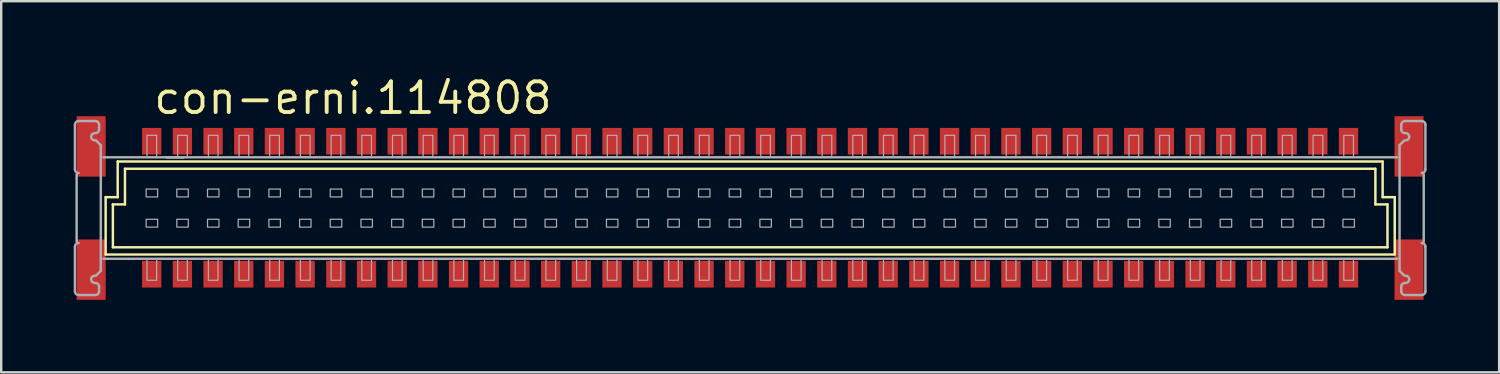
<source format=kicad_pcb>
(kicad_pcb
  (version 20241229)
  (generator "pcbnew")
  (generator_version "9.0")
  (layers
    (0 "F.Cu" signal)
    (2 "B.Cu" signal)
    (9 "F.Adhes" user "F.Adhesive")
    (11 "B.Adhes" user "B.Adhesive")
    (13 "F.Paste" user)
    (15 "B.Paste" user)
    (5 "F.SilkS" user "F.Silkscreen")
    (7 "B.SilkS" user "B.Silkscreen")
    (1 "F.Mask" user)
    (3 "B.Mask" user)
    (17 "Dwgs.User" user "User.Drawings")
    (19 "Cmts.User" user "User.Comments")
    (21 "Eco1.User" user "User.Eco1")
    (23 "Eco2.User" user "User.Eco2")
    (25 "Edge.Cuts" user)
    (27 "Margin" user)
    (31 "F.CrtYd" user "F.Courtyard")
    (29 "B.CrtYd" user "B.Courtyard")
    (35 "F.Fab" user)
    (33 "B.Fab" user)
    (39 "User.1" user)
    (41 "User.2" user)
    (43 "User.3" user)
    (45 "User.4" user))
  (footprint "con-erni.114808"
    (layer "F.Cu")
    (at 27.993 5.56)
    (property "Reference" "con-erni.114808" (at -24.765 -3.81 0) (layer "F.SilkS") (effects (font (size 1.27 1.27) (thickness 0.16)) (justify left bottom)))
    (attr smd)
    (fp_line (start -26.671 1.924) (end -26.671 -0.451) (stroke (width 0.102) (type default)) (layer "F.SilkS"))
    (fp_line (start -26.371 -0.151) (end -26.372 -0.151) (stroke (width 0.102) (type default)) (layer "F.SilkS"))
    (fp_line (start -26.371 1.624) (end -26.371 -0.151) (stroke (width 0.102) (type default)) (layer "F.SilkS"))
    (fp_line (start -26.371 1.624) (end 26.377 1.624) (stroke (width 0.102) (type default)) (layer "F.SilkS"))
    (fp_line (start -26.172 -1.926) (end -26.172 -0.451) (stroke (width 0.102) (type default)) (layer "F.SilkS"))
    (fp_line (start -26.172 -0.451) (end -26.671 -0.451) (stroke (width 0.102) (type default)) (layer "F.SilkS"))
    (fp_line (start -25.872 -0.151) (end -26.371 -0.151) (stroke (width 0.102) (type default)) (layer "F.SilkS"))
    (fp_line (start -25.871 -0.151) (end -25.871 -1.626) (stroke (width 0.102) (type default)) (layer "F.SilkS"))
    (fp_line (start -24.142 -2.101) (end -23.442 -2.101) (stroke (width 0.102) (type default)) (layer "F.SilkS"))
    (fp_line (start 25.868 -1.626) (end -25.871 -1.626) (stroke (width 0.102) (type default)) (layer "F.SilkS"))
    (fp_line (start 25.878 -0.151) (end 25.878 -1.626) (stroke (width 0.102) (type default)) (layer "F.SilkS"))
    (fp_line (start 26.177 -0.451) (end 26.177 -1.926) (stroke (width 0.102) (type default)) (layer "F.SilkS"))
    (fp_line (start 26.177 -0.451) (end 26.677 -0.451) (stroke (width 0.102) (type default)) (layer "F.SilkS"))
    (fp_line (start 26.178 -1.926) (end -26.172 -1.926) (stroke (width 0.102) (type default)) (layer "F.SilkS"))
    (fp_line (start 26.378 -0.151) (end 25.878 -0.151) (stroke (width 0.102) (type default)) (layer "F.SilkS"))
    (fp_line (start 26.378 1.624) (end 26.378 -0.151) (stroke (width 0.102) (type default)) (layer "F.SilkS"))
    (fp_line (start 26.658 1.924) (end -26.671 1.924) (stroke (width 0.102) (type default)) (layer "F.SilkS"))
    (fp_line (start 26.678 1.924) (end 26.678 -0.451) (stroke (width 0.102) (type default)) (layer "F.SilkS"))
    (fp_circle (center -26.971 -0.008) (end -26.172 -0.008) (stroke (width 0.001) (type default)) (fill no) (layer "F.SilkS"))
    (fp_circle (center 26.971 0.008) (end 27.771 0.008) (stroke (width 0.001) (type default)) (fill no) (layer "F.SilkS"))
    (fp_line (start -27.942 -1.601) (end -27.942 -3.451) (stroke (width 0.102) (type default)) (layer "F.Fab"))
    (fp_line (start -27.942 3.449) (end -27.942 1.599) (stroke (width 0.102) (type default)) (layer "F.Fab"))
    (fp_line (start -27.872 -1.401) (end -27.872 1.399) (stroke (width 0.102) (type default)) (layer "F.Fab"))
    (fp_line (start -27.792 -3.601) (end -27.092 -3.601) (stroke (width 0.102) (type default)) (layer "F.Fab"))
    (fp_line (start -27.092 3.599) (end -27.792 3.599) (stroke (width 0.102) (type default)) (layer "F.Fab"))
    (fp_line (start -27.072 -2.801) (end -26.872 -2.601) (stroke (width 0.102) (type default)) (layer "F.Fab"))
    (fp_line (start -26.942 -3.451) (end -26.942 -3.251) (stroke (width 0.102) (type default)) (layer "F.Fab"))
    (fp_line (start -26.942 3.249) (end -26.942 3.449) (stroke (width 0.102) (type default)) (layer "F.Fab"))
    (fp_line (start -26.872 -2.601) (end -26.872 2.599) (stroke (width 0.102) (type default)) (layer "F.Fab"))
    (fp_line (start -26.872 2.599) (end -27.072 2.799) (stroke (width 0.102) (type default)) (layer "F.Fab"))
    (fp_line (start 26.768 -2.101) (end -26.762 -2.101) (stroke (width 0.102) (type default)) (layer "F.Fab"))
    (fp_line (start 26.768 2.099) (end -26.762 2.099) (stroke (width 0.102) (type default)) (layer "F.Fab"))
    (fp_line (start 26.878 -2.601) (end 26.878 2.599) (stroke (width 0.102) (type default)) (layer "F.Fab"))
    (fp_line (start 26.878 2.599) (end 27.078 2.799) (stroke (width 0.102) (type default)) (layer "F.Fab"))
    (fp_line (start 26.948 -3.451) (end 26.948 -3.251) (stroke (width 0.102) (type default)) (layer "F.Fab"))
    (fp_line (start 26.948 3.249) (end 26.948 3.449) (stroke (width 0.102) (type default)) (layer "F.Fab"))
    (fp_line (start 27.078 -2.801) (end 26.878 -2.601) (stroke (width 0.102) (type default)) (layer "F.Fab"))
    (fp_line (start 27.098 3.599) (end 27.798 3.599) (stroke (width 0.102) (type default)) (layer "F.Fab"))
    (fp_line (start 27.798 -3.601) (end 27.098 -3.601) (stroke (width 0.102) (type default)) (layer "F.Fab"))
    (fp_line (start 27.878 -1.401) (end 27.878 1.399) (stroke (width 0.102) (type default)) (layer "F.Fab"))
    (fp_line (start 27.948 -1.601) (end 27.948 -3.451) (stroke (width 0.102) (type default)) (layer "F.Fab"))
    (fp_line (start 27.948 3.449) (end 27.948 1.599) (stroke (width 0.102) (type default)) (layer "F.Fab"))
    (fp_rect (start -24.995 -0.46) (end -24.52 -0.785) (stroke (width 0.05) (type default)) (fill no) (layer "F.Fab"))
    (fp_rect (start -24.995 0.79) (end -24.52 0.465) (stroke (width 0.05) (type default)) (fill no) (layer "F.Fab"))
    (fp_rect (start -24.96 -2.125) (end -24.56 -3.01) (stroke (width 0.05) (type default)) (fill no) (layer "F.Fab"))
    (fp_rect (start -24.96 2.99) (end -24.56 2.1) (stroke (width 0.05) (type default)) (fill no) (layer "F.Fab"))
    (fp_rect (start -23.725 -0.46) (end -23.25 -0.785) (stroke (width 0.05) (type default)) (fill no) (layer "F.Fab"))
    (fp_rect (start -23.725 0.79) (end -23.25 0.465) (stroke (width 0.05) (type default)) (fill no) (layer "F.Fab"))
    (fp_rect (start -23.69 -2.125) (end -23.29 -3.01) (stroke (width 0.05) (type default)) (fill no) (layer "F.Fab"))
    (fp_rect (start -23.69 2.99) (end -23.29 2.1) (stroke (width 0.05) (type default)) (fill no) (layer "F.Fab"))
    (fp_rect (start -22.455 -0.46) (end -21.98 -0.785) (stroke (width 0.05) (type default)) (fill no) (layer "F.Fab"))
    (fp_rect (start -22.455 0.79) (end -21.98 0.465) (stroke (width 0.05) (type default)) (fill no) (layer "F.Fab"))
    (fp_rect (start -22.42 -2.125) (end -22.02 -3.01) (stroke (width 0.05) (type default)) (fill no) (layer "F.Fab"))
    (fp_rect (start -22.42 2.99) (end -22.02 2.1) (stroke (width 0.05) (type default)) (fill no) (layer "F.Fab"))
    (fp_rect (start -21.185 -0.46) (end -20.71 -0.785) (stroke (width 0.05) (type default)) (fill no) (layer "F.Fab"))
    (fp_rect (start -21.185 0.79) (end -20.71 0.465) (stroke (width 0.05) (type default)) (fill no) (layer "F.Fab"))
    (fp_rect (start -21.15 -2.125) (end -20.75 -3.01) (stroke (width 0.05) (type default)) (fill no) (layer "F.Fab"))
    (fp_rect (start -21.15 2.99) (end -20.75 2.1) (stroke (width 0.05) (type default)) (fill no) (layer "F.Fab"))
    (fp_rect (start -19.915 -0.46) (end -19.44 -0.785) (stroke (width 0.05) (type default)) (fill no) (layer "F.Fab"))
    (fp_rect (start -19.915 0.79) (end -19.44 0.465) (stroke (width 0.05) (type default)) (fill no) (layer "F.Fab"))
    (fp_rect (start -19.88 -2.125) (end -19.48 -3.01) (stroke (width 0.05) (type default)) (fill no) (layer "F.Fab"))
    (fp_rect (start -19.88 2.99) (end -19.48 2.1) (stroke (width 0.05) (type default)) (fill no) (layer "F.Fab"))
    (fp_rect (start -18.645 -0.46) (end -18.17 -0.785) (stroke (width 0.05) (type default)) (fill no) (layer "F.Fab"))
    (fp_rect (start -18.645 0.79) (end -18.17 0.465) (stroke (width 0.05) (type default)) (fill no) (layer "F.Fab"))
    (fp_rect (start -18.61 -2.125) (end -18.21 -3.01) (stroke (width 0.05) (type default)) (fill no) (layer "F.Fab"))
    (fp_rect (start -18.61 2.99) (end -18.21 2.1) (stroke (width 0.05) (type default)) (fill no) (layer "F.Fab"))
    (fp_rect (start -17.375 -0.46) (end -16.9 -0.785) (stroke (width 0.05) (type default)) (fill no) (layer "F.Fab"))
    (fp_rect (start -17.375 0.79) (end -16.9 0.465) (stroke (width 0.05) (type default)) (fill no) (layer "F.Fab"))
    (fp_rect (start -17.34 -2.125) (end -16.94 -3.01) (stroke (width 0.05) (type default)) (fill no) (layer "F.Fab"))
    (fp_rect (start -17.34 2.99) (end -16.94 2.1) (stroke (width 0.05) (type default)) (fill no) (layer "F.Fab"))
    (fp_rect (start -16.105 -0.46) (end -15.63 -0.785) (stroke (width 0.05) (type default)) (fill no) (layer "F.Fab"))
    (fp_rect (start -16.105 0.79) (end -15.63 0.465) (stroke (width 0.05) (type default)) (fill no) (layer "F.Fab"))
    (fp_rect (start -16.07 -2.125) (end -15.67 -3.01) (stroke (width 0.05) (type default)) (fill no) (layer "F.Fab"))
    (fp_rect (start -16.07 2.99) (end -15.67 2.1) (stroke (width 0.05) (type default)) (fill no) (layer "F.Fab"))
    (fp_rect (start -14.835 -0.46) (end -14.36 -0.785) (stroke (width 0.05) (type default)) (fill no) (layer "F.Fab"))
    (fp_rect (start -14.835 0.79) (end -14.36 0.465) (stroke (width 0.05) (type default)) (fill no) (layer "F.Fab"))
    (fp_rect (start -14.8 -2.125) (end -14.4 -3.01) (stroke (width 0.05) (type default)) (fill no) (layer "F.Fab"))
    (fp_rect (start -14.8 2.99) (end -14.4 2.1) (stroke (width 0.05) (type default)) (fill no) (layer "F.Fab"))
    (fp_rect (start -13.565 -0.46) (end -13.09 -0.785) (stroke (width 0.05) (type default)) (fill no) (layer "F.Fab"))
    (fp_rect (start -13.565 0.79) (end -13.09 0.465) (stroke (width 0.05) (type default)) (fill no) (layer "F.Fab"))
    (fp_rect (start -13.53 -2.125) (end -13.13 -3.01) (stroke (width 0.05) (type default)) (fill no) (layer "F.Fab"))
    (fp_rect (start -13.53 2.99) (end -13.13 2.1) (stroke (width 0.05) (type default)) (fill no) (layer "F.Fab"))
    (fp_rect (start -12.295 -0.46) (end -11.82 -0.785) (stroke (width 0.05) (type default)) (fill no) (layer "F.Fab"))
    (fp_rect (start -12.295 0.79) (end -11.82 0.465) (stroke (width 0.05) (type default)) (fill no) (layer "F.Fab"))
    (fp_rect (start -12.26 -2.125) (end -11.86 -3.01) (stroke (width 0.05) (type default)) (fill no) (layer "F.Fab"))
    (fp_rect (start -12.26 2.99) (end -11.86 2.1) (stroke (width 0.05) (type default)) (fill no) (layer "F.Fab"))
    (fp_rect (start -11.025 -0.46) (end -10.55 -0.785) (stroke (width 0.05) (type default)) (fill no) (layer "F.Fab"))
    (fp_rect (start -11.025 0.79) (end -10.55 0.465) (stroke (width 0.05) (type default)) (fill no) (layer "F.Fab"))
    (fp_rect (start -10.99 -2.125) (end -10.59 -3.01) (stroke (width 0.05) (type default)) (fill no) (layer "F.Fab"))
    (fp_rect (start -10.99 2.99) (end -10.59 2.1) (stroke (width 0.05) (type default)) (fill no) (layer "F.Fab"))
    (fp_rect (start -9.755 -0.46) (end -9.28 -0.785) (stroke (width 0.05) (type default)) (fill no) (layer "F.Fab"))
    (fp_rect (start -9.755 0.79) (end -9.28 0.465) (stroke (width 0.05) (type default)) (fill no) (layer "F.Fab"))
    (fp_rect (start -9.72 -2.125) (end -9.32 -3.01) (stroke (width 0.05) (type default)) (fill no) (layer "F.Fab"))
    (fp_rect (start -9.72 2.99) (end -9.32 2.1) (stroke (width 0.05) (type default)) (fill no) (layer "F.Fab"))
    (fp_rect (start -8.485 -0.46) (end -8.01 -0.785) (stroke (width 0.05) (type default)) (fill no) (layer "F.Fab"))
    (fp_rect (start -8.485 0.79) (end -8.01 0.465) (stroke (width 0.05) (type default)) (fill no) (layer "F.Fab"))
    (fp_rect (start -8.45 -2.125) (end -8.05 -3.01) (stroke (width 0.05) (type default)) (fill no) (layer "F.Fab"))
    (fp_rect (start -8.45 2.99) (end -8.05 2.1) (stroke (width 0.05) (type default)) (fill no) (layer "F.Fab"))
    (fp_rect (start -7.215 -0.46) (end -6.74 -0.785) (stroke (width 0.05) (type default)) (fill no) (layer "F.Fab"))
    (fp_rect (start -7.215 0.79) (end -6.74 0.465) (stroke (width 0.05) (type default)) (fill no) (layer "F.Fab"))
    (fp_rect (start -7.18 -2.125) (end -6.78 -3.01) (stroke (width 0.05) (type default)) (fill no) (layer "F.Fab"))
    (fp_rect (start -7.18 2.99) (end -6.78 2.1) (stroke (width 0.05) (type default)) (fill no) (layer "F.Fab"))
    (fp_rect (start -5.945 -0.46) (end -5.47 -0.785) (stroke (width 0.05) (type default)) (fill no) (layer "F.Fab"))
    (fp_rect (start -5.945 0.79) (end -5.47 0.465) (stroke (width 0.05) (type default)) (fill no) (layer "F.Fab"))
    (fp_rect (start -5.91 -2.125) (end -5.51 -3.01) (stroke (width 0.05) (type default)) (fill no) (layer "F.Fab"))
    (fp_rect (start -5.91 2.99) (end -5.51 2.1) (stroke (width 0.05) (type default)) (fill no) (layer "F.Fab"))
    (fp_rect (start -4.675 -0.46) (end -4.2 -0.785) (stroke (width 0.05) (type default)) (fill no) (layer "F.Fab"))
    (fp_rect (start -4.675 0.79) (end -4.2 0.465) (stroke (width 0.05) (type default)) (fill no) (layer "F.Fab"))
    (fp_rect (start -4.64 -2.125) (end -4.24 -3.01) (stroke (width 0.05) (type default)) (fill no) (layer "F.Fab"))
    (fp_rect (start -4.64 2.99) (end -4.24 2.1) (stroke (width 0.05) (type default)) (fill no) (layer "F.Fab"))
    (fp_rect (start -3.405 -0.46) (end -2.93 -0.785) (stroke (width 0.05) (type default)) (fill no) (layer "F.Fab"))
    (fp_rect (start -3.405 0.79) (end -2.93 0.465) (stroke (width 0.05) (type default)) (fill no) (layer "F.Fab"))
    (fp_rect (start -3.37 -2.125) (end -2.97 -3.01) (stroke (width 0.05) (type default)) (fill no) (layer "F.Fab"))
    (fp_rect (start -3.37 2.99) (end -2.97 2.1) (stroke (width 0.05) (type default)) (fill no) (layer "F.Fab"))
    (fp_rect (start -2.135 -0.46) (end -1.66 -0.785) (stroke (width 0.05) (type default)) (fill no) (layer "F.Fab"))
    (fp_rect (start -2.135 0.79) (end -1.66 0.465) (stroke (width 0.05) (type default)) (fill no) (layer "F.Fab"))
    (fp_rect (start -2.1 -2.125) (end -1.7 -3.01) (stroke (width 0.05) (type default)) (fill no) (layer "F.Fab"))
    (fp_rect (start -2.1 2.99) (end -1.7 2.1) (stroke (width 0.05) (type default)) (fill no) (layer "F.Fab"))
    (fp_rect (start -0.865 -0.46) (end -0.39 -0.785) (stroke (width 0.05) (type default)) (fill no) (layer "F.Fab"))
    (fp_rect (start -0.865 0.79) (end -0.39 0.465) (stroke (width 0.05) (type default)) (fill no) (layer "F.Fab"))
    (fp_rect (start -0.83 -2.125) (end -0.43 -3.01) (stroke (width 0.05) (type default)) (fill no) (layer "F.Fab"))
    (fp_rect (start -0.83 2.99) (end -0.43 2.1) (stroke (width 0.05) (type default)) (fill no) (layer "F.Fab"))
    (fp_rect (start 0.405 -0.46) (end 0.88 -0.785) (stroke (width 0.05) (type default)) (fill no) (layer "F.Fab"))
    (fp_rect (start 0.405 0.79) (end 0.88 0.465) (stroke (width 0.05) (type default)) (fill no) (layer "F.Fab"))
    (fp_rect (start 0.44 -2.125) (end 0.84 -3.01) (stroke (width 0.05) (type default)) (fill no) (layer "F.Fab"))
    (fp_rect (start 0.44 2.99) (end 0.84 2.1) (stroke (width 0.05) (type default)) (fill no) (layer "F.Fab"))
    (fp_rect (start 1.675 -0.46) (end 2.15 -0.785) (stroke (width 0.05) (type default)) (fill no) (layer "F.Fab"))
    (fp_rect (start 1.675 0.79) (end 2.15 0.465) (stroke (width 0.05) (type default)) (fill no) (layer "F.Fab"))
    (fp_rect (start 1.71 -2.125) (end 2.11 -3.01) (stroke (width 0.05) (type default)) (fill no) (layer "F.Fab"))
    (fp_rect (start 1.71 2.99) (end 2.11 2.1) (stroke (width 0.05) (type default)) (fill no) (layer "F.Fab"))
    (fp_rect (start 2.945 -0.46) (end 3.42 -0.785) (stroke (width 0.05) (type default)) (fill no) (layer "F.Fab"))
    (fp_rect (start 2.945 0.79) (end 3.42 0.465) (stroke (width 0.05) (type default)) (fill no) (layer "F.Fab"))
    (fp_rect (start 2.98 -2.125) (end 3.38 -3.01) (stroke (width 0.05) (type default)) (fill no) (layer "F.Fab"))
    (fp_rect (start 2.98 2.99) (end 3.38 2.1) (stroke (width 0.05) (type default)) (fill no) (layer "F.Fab"))
    (fp_rect (start 4.215 -0.46) (end 4.69 -0.785) (stroke (width 0.05) (type default)) (fill no) (layer "F.Fab"))
    (fp_rect (start 4.215 0.79) (end 4.69 0.465) (stroke (width 0.05) (type default)) (fill no) (layer "F.Fab"))
    (fp_rect (start 4.25 -2.125) (end 4.65 -3.01) (stroke (width 0.05) (type default)) (fill no) (layer "F.Fab"))
    (fp_rect (start 4.25 2.99) (end 4.65 2.1) (stroke (width 0.05) (type default)) (fill no) (layer "F.Fab"))
    (fp_rect (start 5.485 -0.46) (end 5.96 -0.785) (stroke (width 0.05) (type default)) (fill no) (layer "F.Fab"))
    (fp_rect (start 5.485 0.79) (end 5.96 0.465) (stroke (width 0.05) (type default)) (fill no) (layer "F.Fab"))
    (fp_rect (start 5.52 -2.125) (end 5.92 -3.01) (stroke (width 0.05) (type default)) (fill no) (layer "F.Fab"))
    (fp_rect (start 5.52 2.99) (end 5.92 2.1) (stroke (width 0.05) (type default)) (fill no) (layer "F.Fab"))
    (fp_rect (start 6.755 -0.46) (end 7.23 -0.785) (stroke (width 0.05) (type default)) (fill no) (layer "F.Fab"))
    (fp_rect (start 6.755 0.79) (end 7.23 0.465) (stroke (width 0.05) (type default)) (fill no) (layer "F.Fab"))
    (fp_rect (start 6.79 -2.125) (end 7.19 -3.01) (stroke (width 0.05) (type default)) (fill no) (layer "F.Fab"))
    (fp_rect (start 6.79 2.99) (end 7.19 2.1) (stroke (width 0.05) (type default)) (fill no) (layer "F.Fab"))
    (fp_rect (start 8.025 -0.46) (end 8.5 -0.785) (stroke (width 0.05) (type default)) (fill no) (layer "F.Fab"))
    (fp_rect (start 8.025 0.79) (end 8.5 0.465) (stroke (width 0.05) (type default)) (fill no) (layer "F.Fab"))
    (fp_rect (start 8.06 -2.125) (end 8.46 -3.01) (stroke (width 0.05) (type default)) (fill no) (layer "F.Fab"))
    (fp_rect (start 8.06 2.99) (end 8.46 2.1) (stroke (width 0.05) (type default)) (fill no) (layer "F.Fab"))
    (fp_rect (start 9.295 -0.46) (end 9.77 -0.785) (stroke (width 0.05) (type default)) (fill no) (layer "F.Fab"))
    (fp_rect (start 9.295 0.79) (end 9.77 0.465) (stroke (width 0.05) (type default)) (fill no) (layer "F.Fab"))
    (fp_rect (start 9.33 -2.125) (end 9.73 -3.01) (stroke (width 0.05) (type default)) (fill no) (layer "F.Fab"))
    (fp_rect (start 9.33 2.99) (end 9.73 2.1) (stroke (width 0.05) (type default)) (fill no) (layer "F.Fab"))
    (fp_rect (start 10.565 -0.46) (end 11.04 -0.785) (stroke (width 0.05) (type default)) (fill no) (layer "F.Fab"))
    (fp_rect (start 10.565 0.79) (end 11.04 0.465) (stroke (width 0.05) (type default)) (fill no) (layer "F.Fab"))
    (fp_rect (start 10.6 -2.125) (end 11 -3.01) (stroke (width 0.05) (type default)) (fill no) (layer "F.Fab"))
    (fp_rect (start 10.6 2.99) (end 11 2.1) (stroke (width 0.05) (type default)) (fill no) (layer "F.Fab"))
    (fp_rect (start 11.835 -0.46) (end 12.31 -0.785) (stroke (width 0.05) (type default)) (fill no) (layer "F.Fab"))
    (fp_rect (start 11.835 0.79) (end 12.31 0.465) (stroke (width 0.05) (type default)) (fill no) (layer "F.Fab"))
    (fp_rect (start 11.87 -2.125) (end 12.27 -3.01) (stroke (width 0.05) (type default)) (fill no) (layer "F.Fab"))
    (fp_rect (start 11.87 2.99) (end 12.27 2.1) (stroke (width 0.05) (type default)) (fill no) (layer "F.Fab"))
    (fp_rect (start 13.105 -0.46) (end 13.58 -0.785) (stroke (width 0.05) (type default)) (fill no) (layer "F.Fab"))
    (fp_rect (start 13.105 0.79) (end 13.58 0.465) (stroke (width 0.05) (type default)) (fill no) (layer "F.Fab"))
    (fp_rect (start 13.14 -2.125) (end 13.54 -3.01) (stroke (width 0.05) (type default)) (fill no) (layer "F.Fab"))
    (fp_rect (start 13.14 2.99) (end 13.54 2.1) (stroke (width 0.05) (type default)) (fill no) (layer "F.Fab"))
    (fp_rect (start 14.375 -0.46) (end 14.85 -0.785) (stroke (width 0.05) (type default)) (fill no) (layer "F.Fab"))
    (fp_rect (start 14.375 0.79) (end 14.85 0.465) (stroke (width 0.05) (type default)) (fill no) (layer "F.Fab"))
    (fp_rect (start 14.41 -2.125) (end 14.81 -3.01) (stroke (width 0.05) (type default)) (fill no) (layer "F.Fab"))
    (fp_rect (start 14.41 2.99) (end 14.81 2.1) (stroke (width 0.05) (type default)) (fill no) (layer "F.Fab"))
    (fp_rect (start 15.645 -0.46) (end 16.12 -0.785) (stroke (width 0.05) (type default)) (fill no) (layer "F.Fab"))
    (fp_rect (start 15.645 0.79) (end 16.12 0.465) (stroke (width 0.05) (type default)) (fill no) (layer "F.Fab"))
    (fp_rect (start 15.68 -2.125) (end 16.08 -3.01) (stroke (width 0.05) (type default)) (fill no) (layer "F.Fab"))
    (fp_rect (start 15.68 2.99) (end 16.08 2.1) (stroke (width 0.05) (type default)) (fill no) (layer "F.Fab"))
    (fp_rect (start 16.915 -0.46) (end 17.39 -0.785) (stroke (width 0.05) (type default)) (fill no) (layer "F.Fab"))
    (fp_rect (start 16.915 0.79) (end 17.39 0.465) (stroke (width 0.05) (type default)) (fill no) (layer "F.Fab"))
    (fp_rect (start 16.95 -2.125) (end 17.35 -3.01) (stroke (width 0.05) (type default)) (fill no) (layer "F.Fab"))
    (fp_rect (start 16.95 2.99) (end 17.35 2.1) (stroke (width 0.05) (type default)) (fill no) (layer "F.Fab"))
    (fp_rect (start 18.185 -0.46) (end 18.66 -0.785) (stroke (width 0.05) (type default)) (fill no) (layer "F.Fab"))
    (fp_rect (start 18.185 0.79) (end 18.66 0.465) (stroke (width 0.05) (type default)) (fill no) (layer "F.Fab"))
    (fp_rect (start 18.22 -2.125) (end 18.62 -3.01) (stroke (width 0.05) (type default)) (fill no) (layer "F.Fab"))
    (fp_rect (start 18.22 2.99) (end 18.62 2.1) (stroke (width 0.05) (type default)) (fill no) (layer "F.Fab"))
    (fp_rect (start 19.455 -0.46) (end 19.93 -0.785) (stroke (width 0.05) (type default)) (fill no) (layer "F.Fab"))
    (fp_rect (start 19.455 0.79) (end 19.93 0.465) (stroke (width 0.05) (type default)) (fill no) (layer "F.Fab"))
    (fp_rect (start 19.49 -2.125) (end 19.89 -3.01) (stroke (width 0.05) (type default)) (fill no) (layer "F.Fab"))
    (fp_rect (start 19.49 2.99) (end 19.89 2.1) (stroke (width 0.05) (type default)) (fill no) (layer "F.Fab"))
    (fp_rect (start 20.725 -0.46) (end 21.2 -0.785) (stroke (width 0.05) (type default)) (fill no) (layer "F.Fab"))
    (fp_rect (start 20.725 0.79) (end 21.2 0.465) (stroke (width 0.05) (type default)) (fill no) (layer "F.Fab"))
    (fp_rect (start 20.76 -2.125) (end 21.16 -3.01) (stroke (width 0.05) (type default)) (fill no) (layer "F.Fab"))
    (fp_rect (start 20.76 2.99) (end 21.16 2.1) (stroke (width 0.05) (type default)) (fill no) (layer "F.Fab"))
    (fp_rect (start 21.995 -0.46) (end 22.47 -0.785) (stroke (width 0.05) (type default)) (fill no) (layer "F.Fab"))
    (fp_rect (start 21.995 0.79) (end 22.47 0.465) (stroke (width 0.05) (type default)) (fill no) (layer "F.Fab"))
    (fp_rect (start 22.03 -2.125) (end 22.43 -3.01) (stroke (width 0.05) (type default)) (fill no) (layer "F.Fab"))
    (fp_rect (start 22.03 2.99) (end 22.43 2.1) (stroke (width 0.05) (type default)) (fill no) (layer "F.Fab"))
    (fp_rect (start 23.265 -0.46) (end 23.74 -0.785) (stroke (width 0.05) (type default)) (fill no) (layer "F.Fab"))
    (fp_rect (start 23.265 0.79) (end 23.74 0.465) (stroke (width 0.05) (type default)) (fill no) (layer "F.Fab"))
    (fp_rect (start 23.3 -2.125) (end 23.7 -3.01) (stroke (width 0.05) (type default)) (fill no) (layer "F.Fab"))
    (fp_rect (start 23.3 2.99) (end 23.7 2.1) (stroke (width 0.05) (type default)) (fill no) (layer "F.Fab"))
    (fp_rect (start 24.535 -0.46) (end 25.01 -0.785) (stroke (width 0.05) (type default)) (fill no) (layer "F.Fab"))
    (fp_rect (start 24.535 0.79) (end 25.01 0.465) (stroke (width 0.05) (type default)) (fill no) (layer "F.Fab"))
    (fp_rect (start 24.57 -2.125) (end 24.97 -3.01) (stroke (width 0.05) (type default)) (fill no) (layer "F.Fab"))
    (fp_rect (start 24.57 2.99) (end 24.97 2.1) (stroke (width 0.05) (type default)) (fill no) (layer "F.Fab"))
    (fp_arc (start -27.9419 -3.4508) (mid -27.897966 -3.556866) (end -27.7919 -3.6008) (stroke (width 0.1016) (type default)) (layer "F.Fab"))
    (fp_arc (start -27.9419 1.5992) (mid -27.897966 1.493134) (end -27.7919 1.4492) (stroke (width 0.1016) (type default)) (layer "F.Fab"))
    (fp_arc (start -27.7919 -1.4508) (mid -27.897966 -1.494734) (end -27.9419 -1.6008) (stroke (width 0.1016) (type default)) (layer "F.Fab"))
    (fp_arc (start -27.7919 3.5992) (mid -27.897966 3.555266) (end -27.9419 3.4492) (stroke (width 0.1016) (type default)) (layer "F.Fab"))
    (fp_arc (start -27.1219 -2.8008) (mid -27.2719 -2.9508) (end -27.1219 -3.1008) (stroke (width 0.1016) (type default)) (layer "F.Fab"))
    (fp_arc (start -27.1219 3.0992) (mid -27.2719 2.9492) (end -27.1219 2.7992) (stroke (width 0.1016) (type default)) (layer "F.Fab"))
    (fp_arc (start -27.0919 -3.6008) (mid -26.985834 -3.556866) (end -26.9419 -3.4508) (stroke (width 0.1016) (type default)) (layer "F.Fab"))
    (fp_arc (start -27.0919 3.0992) (mid -26.985834 3.143134) (end -26.9419 3.2492) (stroke (width 0.1016) (type default)) (layer "F.Fab"))
    (fp_arc (start -26.9419 -3.2508) (mid -26.985834 -3.144734) (end -27.0919 -3.1008) (stroke (width 0.1016) (type default)) (layer "F.Fab"))
    (fp_arc (start -26.9419 3.4492) (mid -26.985834 3.555266) (end -27.0919 3.5992) (stroke (width 0.1016) (type default)) (layer "F.Fab"))
    (fp_arc (start 26.9481 -3.4508) (mid 26.992034 -3.556866) (end 27.0981 -3.6008) (stroke (width 0.1016) (type default)) (layer "F.Fab"))
    (fp_arc (start 26.9481 3.2492) (mid 26.992034 3.143134) (end 27.0981 3.0992) (stroke (width 0.1016) (type default)) (layer "F.Fab"))
    (fp_arc (start 27.0981 -3.1008) (mid 26.992034 -3.144734) (end 26.9481 -3.2508) (stroke (width 0.1016) (type default)) (layer "F.Fab"))
    (fp_arc (start 27.0981 3.5992) (mid 26.992034 3.555266) (end 26.9481 3.4492) (stroke (width 0.1016) (type default)) (layer "F.Fab"))
    (fp_arc (start 27.1281 -3.1008) (mid 27.2781 -2.9508) (end 27.1281 -2.8008) (stroke (width 0.1016) (type default)) (layer "F.Fab"))
    (fp_arc (start 27.1281 2.7992) (mid 27.2781 2.9492) (end 27.1281 3.0992) (stroke (width 0.1016) (type default)) (layer "F.Fab"))
    (fp_arc (start 27.7981 -3.6008) (mid 27.904166 -3.556866) (end 27.9481 -3.4508) (stroke (width 0.1016) (type default)) (layer "F.Fab"))
    (fp_arc (start 27.7981 1.4492) (mid 27.904166 1.493134) (end 27.9481 1.5992) (stroke (width 0.1016) (type default)) (layer "F.Fab"))
    (fp_arc (start 27.9481 -1.6008) (mid 27.904166 -1.494734) (end 27.7981 -1.4508) (stroke (width 0.1016) (type default)) (layer "F.Fab"))
    (fp_arc (start 27.9481 3.4492) (mid 27.904166 3.555266) (end 27.7981 3.5992) (stroke (width 0.1016) (type default)) (layer "F.Fab"))
    (pad "A1" smd roundrect (at -24.765 -2.765 180) (size 0.8 1.1) (layers "F.Cu" "F.Mask" "F.Paste") (roundrect_rratio 0.01))
    (pad "A2" smd roundrect (at -23.495 -2.765 180) (size 0.8 1.1) (layers "F.Cu" "F.Mask" "F.Paste") (roundrect_rratio 0.01))
    (pad "A3" smd roundrect (at -22.225 -2.765 180) (size 0.8 1.1) (layers "F.Cu" "F.Mask" "F.Paste") (roundrect_rratio 0.01))
    (pad "A4" smd roundrect (at -20.955 -2.765 180) (size 0.8 1.1) (layers "F.Cu" "F.Mask" "F.Paste") (roundrect_rratio 0.01))
    (pad "A5" smd roundrect (at -19.685 -2.765 180) (size 0.8 1.1) (layers "F.Cu" "F.Mask" "F.Paste") (roundrect_rratio 0.01))
    (pad "A6" smd roundrect (at -18.415 -2.765 180) (size 0.8 1.1) (layers "F.Cu" "F.Mask" "F.Paste") (roundrect_rratio 0.01))
    (pad "A7" smd roundrect (at -17.145 -2.765 180) (size 0.8 1.1) (layers "F.Cu" "F.Mask" "F.Paste") (roundrect_rratio 0.01))
    (pad "A8" smd roundrect (at -15.875 -2.765 180) (size 0.8 1.1) (layers "F.Cu" "F.Mask" "F.Paste") (roundrect_rratio 0.01))
    (pad "A9" smd roundrect (at -14.605 -2.765 180) (size 0.8 1.1) (layers "F.Cu" "F.Mask" "F.Paste") (roundrect_rratio 0.01))
    (pad "A10" smd roundrect (at -13.335 -2.765 180) (size 0.8 1.1) (layers "F.Cu" "F.Mask" "F.Paste") (roundrect_rratio 0.01))
    (pad "A11" smd roundrect (at -12.065 -2.765 180) (size 0.8 1.1) (layers "F.Cu" "F.Mask" "F.Paste") (roundrect_rratio 0.01))
    (pad "A12" smd roundrect (at -10.795 -2.765 180) (size 0.8 1.1) (layers "F.Cu" "F.Mask" "F.Paste") (roundrect_rratio 0.01))
    (pad "A13" smd roundrect (at -9.525 -2.765 180) (size 0.8 1.1) (layers "F.Cu" "F.Mask" "F.Paste") (roundrect_rratio 0.01))
    (pad "A14" smd roundrect (at -8.255 -2.765 180) (size 0.8 1.1) (layers "F.Cu" "F.Mask" "F.Paste") (roundrect_rratio 0.01))
    (pad "A15" smd roundrect (at -6.985 -2.765 180) (size 0.8 1.1) (layers "F.Cu" "F.Mask" "F.Paste") (roundrect_rratio 0.01))
    (pad "A16" smd roundrect (at -5.715 -2.765 180) (size 0.8 1.1) (layers "F.Cu" "F.Mask" "F.Paste") (roundrect_rratio 0.01))
    (pad "A17" smd roundrect (at -4.445 -2.765 180) (size 0.8 1.1) (layers "F.Cu" "F.Mask" "F.Paste") (roundrect_rratio 0.01))
    (pad "A18" smd roundrect (at -3.175 -2.765 180) (size 0.8 1.1) (layers "F.Cu" "F.Mask" "F.Paste") (roundrect_rratio 0.01))
    (pad "A19" smd roundrect (at -1.905 -2.765 180) (size 0.8 1.1) (layers "F.Cu" "F.Mask" "F.Paste") (roundrect_rratio 0.01))
    (pad "A20" smd roundrect (at -0.635 -2.765 180) (size 0.8 1.1) (layers "F.Cu" "F.Mask" "F.Paste") (roundrect_rratio 0.01))
    (pad "A21" smd roundrect (at 0.635 -2.765 180) (size 0.8 1.1) (layers "F.Cu" "F.Mask" "F.Paste") (roundrect_rratio 0.01))
    (pad "A22" smd roundrect (at 1.905 -2.765 180) (size 0.8 1.1) (layers "F.Cu" "F.Mask" "F.Paste") (roundrect_rratio 0.01))
    (pad "A23" smd roundrect (at 3.175 -2.765 180) (size 0.8 1.1) (layers "F.Cu" "F.Mask" "F.Paste") (roundrect_rratio 0.01))
    (pad "A24" smd roundrect (at 4.445 -2.765 180) (size 0.8 1.1) (layers "F.Cu" "F.Mask" "F.Paste") (roundrect_rratio 0.01))
    (pad "A25" smd roundrect (at 5.715 -2.765 180) (size 0.8 1.1) (layers "F.Cu" "F.Mask" "F.Paste") (roundrect_rratio 0.01))
    (pad "A26" smd roundrect (at 6.985 -2.765 180) (size 0.8 1.1) (layers "F.Cu" "F.Mask" "F.Paste") (roundrect_rratio 0.01))
    (pad "A27" smd roundrect (at 8.255 -2.765 180) (size 0.8 1.1) (layers "F.Cu" "F.Mask" "F.Paste") (roundrect_rratio 0.01))
    (pad "A28" smd roundrect (at 9.525 -2.765 180) (size 0.8 1.1) (layers "F.Cu" "F.Mask" "F.Paste") (roundrect_rratio 0.01))
    (pad "A29" smd roundrect (at 10.795 -2.765 180) (size 0.8 1.1) (layers "F.Cu" "F.Mask" "F.Paste") (roundrect_rratio 0.01))
    (pad "A30" smd roundrect (at 12.065 -2.765 180) (size 0.8 1.1) (layers "F.Cu" "F.Mask" "F.Paste") (roundrect_rratio 0.01))
    (pad "A31" smd roundrect (at 13.335 -2.765 180) (size 0.8 1.1) (layers "F.Cu" "F.Mask" "F.Paste") (roundrect_rratio 0.01))
    (pad "A32" smd roundrect (at 14.605 -2.765 180) (size 0.8 1.1) (layers "F.Cu" "F.Mask" "F.Paste") (roundrect_rratio 0.01))
    (pad "A33" smd roundrect (at 15.875 -2.765 180) (size 0.8 1.1) (layers "F.Cu" "F.Mask" "F.Paste") (roundrect_rratio 0.01))
    (pad "A34" smd roundrect (at 17.145 -2.765 180) (size 0.8 1.1) (layers "F.Cu" "F.Mask" "F.Paste") (roundrect_rratio 0.01))
    (pad "A35" smd roundrect (at 18.415 -2.765 180) (size 0.8 1.1) (layers "F.Cu" "F.Mask" "F.Paste") (roundrect_rratio 0.01))
    (pad "A36" smd roundrect (at 19.685 -2.765 180) (size 0.8 1.1) (layers "F.Cu" "F.Mask" "F.Paste") (roundrect_rratio 0.01))
    (pad "A37" smd roundrect (at 20.955 -2.765 180) (size 0.8 1.1) (layers "F.Cu" "F.Mask" "F.Paste") (roundrect_rratio 0.01))
    (pad "A38" smd roundrect (at 22.225 -2.765 180) (size 0.8 1.1) (layers "F.Cu" "F.Mask" "F.Paste") (roundrect_rratio 0.01))
    (pad "A39" smd roundrect (at 23.495 -2.765 180) (size 0.8 1.1) (layers "F.Cu" "F.Mask" "F.Paste") (roundrect_rratio 0.01))
    (pad "A40" smd roundrect (at 24.765 -2.765 180) (size 0.8 1.1) (layers "F.Cu" "F.Mask" "F.Paste") (roundrect_rratio 0.01))
    (pad "B1" smd roundrect (at -24.765 2.74 180) (size 0.8 1.1) (layers "F.Cu" "F.Mask" "F.Paste") (roundrect_rratio 0.01))
    (pad "B2" smd roundrect (at -23.495 2.74 180) (size 0.8 1.1) (layers "F.Cu" "F.Mask" "F.Paste") (roundrect_rratio 0.01))
    (pad "B3" smd roundrect (at -22.225 2.74 180) (size 0.8 1.1) (layers "F.Cu" "F.Mask" "F.Paste") (roundrect_rratio 0.01))
    (pad "B4" smd roundrect (at -20.955 2.74 180) (size 0.8 1.1) (layers "F.Cu" "F.Mask" "F.Paste") (roundrect_rratio 0.01))
    (pad "B5" smd roundrect (at -19.685 2.74 180) (size 0.8 1.1) (layers "F.Cu" "F.Mask" "F.Paste") (roundrect_rratio 0.01))
    (pad "B6" smd roundrect (at -18.415 2.74 180) (size 0.8 1.1) (layers "F.Cu" "F.Mask" "F.Paste") (roundrect_rratio 0.01))
    (pad "B7" smd roundrect (at -17.145 2.74 180) (size 0.8 1.1) (layers "F.Cu" "F.Mask" "F.Paste") (roundrect_rratio 0.01))
    (pad "B8" smd roundrect (at -15.875 2.74 180) (size 0.8 1.1) (layers "F.Cu" "F.Mask" "F.Paste") (roundrect_rratio 0.01))
    (pad "B9" smd roundrect (at -14.605 2.74 180) (size 0.8 1.1) (layers "F.Cu" "F.Mask" "F.Paste") (roundrect_rratio 0.01))
    (pad "B10" smd roundrect (at -13.335 2.74 180) (size 0.8 1.1) (layers "F.Cu" "F.Mask" "F.Paste") (roundrect_rratio 0.01))
    (pad "B11" smd roundrect (at -12.065 2.74 180) (size 0.8 1.1) (layers "F.Cu" "F.Mask" "F.Paste") (roundrect_rratio 0.01))
    (pad "B12" smd roundrect (at -10.795 2.74 180) (size 0.8 1.1) (layers "F.Cu" "F.Mask" "F.Paste") (roundrect_rratio 0.01))
    (pad "B13" smd roundrect (at -9.525 2.74 180) (size 0.8 1.1) (layers "F.Cu" "F.Mask" "F.Paste") (roundrect_rratio 0.01))
    (pad "B14" smd roundrect (at -8.255 2.74 180) (size 0.8 1.1) (layers "F.Cu" "F.Mask" "F.Paste") (roundrect_rratio 0.01))
    (pad "B15" smd roundrect (at -6.985 2.74 180) (size 0.8 1.1) (layers "F.Cu" "F.Mask" "F.Paste") (roundrect_rratio 0.01))
    (pad "B16" smd roundrect (at -5.715 2.74 180) (size 0.8 1.1) (layers "F.Cu" "F.Mask" "F.Paste") (roundrect_rratio 0.01))
    (pad "B17" smd roundrect (at -4.445 2.74 180) (size 0.8 1.1) (layers "F.Cu" "F.Mask" "F.Paste") (roundrect_rratio 0.01))
    (pad "B18" smd roundrect (at -3.175 2.74 180) (size 0.8 1.1) (layers "F.Cu" "F.Mask" "F.Paste") (roundrect_rratio 0.01))
    (pad "B19" smd roundrect (at -1.905 2.74 180) (size 0.8 1.1) (layers "F.Cu" "F.Mask" "F.Paste") (roundrect_rratio 0.01))
    (pad "B20" smd roundrect (at -0.635 2.74 180) (size 0.8 1.1) (layers "F.Cu" "F.Mask" "F.Paste") (roundrect_rratio 0.01))
    (pad "B21" smd roundrect (at 0.635 2.74 180) (size 0.8 1.1) (layers "F.Cu" "F.Mask" "F.Paste") (roundrect_rratio 0.01))
    (pad "B22" smd roundrect (at 1.905 2.74 180) (size 0.8 1.1) (layers "F.Cu" "F.Mask" "F.Paste") (roundrect_rratio 0.01))
    (pad "B23" smd roundrect (at 3.175 2.74 180) (size 0.8 1.1) (layers "F.Cu" "F.Mask" "F.Paste") (roundrect_rratio 0.01))
    (pad "B24" smd roundrect (at 4.445 2.74 180) (size 0.8 1.1) (layers "F.Cu" "F.Mask" "F.Paste") (roundrect_rratio 0.01))
    (pad "B25" smd roundrect (at 5.715 2.74 180) (size 0.8 1.1) (layers "F.Cu" "F.Mask" "F.Paste") (roundrect_rratio 0.01))
    (pad "B26" smd roundrect (at 6.985 2.74 180) (size 0.8 1.1) (layers "F.Cu" "F.Mask" "F.Paste") (roundrect_rratio 0.01))
    (pad "B27" smd roundrect (at 8.255 2.74 180) (size 0.8 1.1) (layers "F.Cu" "F.Mask" "F.Paste") (roundrect_rratio 0.01))
    (pad "B28" smd roundrect (at 9.525 2.74 180) (size 0.8 1.1) (layers "F.Cu" "F.Mask" "F.Paste") (roundrect_rratio 0.01))
    (pad "B29" smd roundrect (at 10.795 2.74 180) (size 0.8 1.1) (layers "F.Cu" "F.Mask" "F.Paste") (roundrect_rratio 0.01))
    (pad "B30" smd roundrect (at 12.065 2.74 180) (size 0.8 1.1) (layers "F.Cu" "F.Mask" "F.Paste") (roundrect_rratio 0.01))
    (pad "B31" smd roundrect (at 13.335 2.74 180) (size 0.8 1.1) (layers "F.Cu" "F.Mask" "F.Paste") (roundrect_rratio 0.01))
    (pad "B32" smd roundrect (at 14.605 2.74 180) (size 0.8 1.1) (layers "F.Cu" "F.Mask" "F.Paste") (roundrect_rratio 0.01))
    (pad "B33" smd roundrect (at 15.875 2.74 180) (size 0.8 1.1) (layers "F.Cu" "F.Mask" "F.Paste") (roundrect_rratio 0.01))
    (pad "B34" smd roundrect (at 17.145 2.74 180) (size 0.8 1.1) (layers "F.Cu" "F.Mask" "F.Paste") (roundrect_rratio 0.01))
    (pad "B35" smd roundrect (at 18.415 2.74 180) (size 0.8 1.1) (layers "F.Cu" "F.Mask" "F.Paste") (roundrect_rratio 0.01))
    (pad "B36" smd roundrect (at 19.685 2.74 180) (size 0.8 1.1) (layers "F.Cu" "F.Mask" "F.Paste") (roundrect_rratio 0.01))
    (pad "B37" smd roundrect (at 20.955 2.74 180) (size 0.8 1.1) (layers "F.Cu" "F.Mask" "F.Paste") (roundrect_rratio 0.01))
    (pad "B38" smd roundrect (at 22.225 2.74 180) (size 0.8 1.1) (layers "F.Cu" "F.Mask" "F.Paste") (roundrect_rratio 0.01))
    (pad "B39" smd roundrect (at 23.495 2.74 180) (size 0.8 1.1) (layers "F.Cu" "F.Mask" "F.Paste") (roundrect_rratio 0.01))
    (pad "B40" smd roundrect (at 24.765 2.74 180) (size 0.8 1.1) (layers "F.Cu" "F.Mask" "F.Paste") (roundrect_rratio 0.01))
    (pad "M1" smd roundrect (at -27.27 -2.55 180) (size 1.2 2.5) (layers "F.Cu" "F.Mask" "F.Paste") (roundrect_rratio 0.01))
    (pad "M2" smd roundrect (at -27.27 2.55 180) (size 1.2 2.5) (layers "F.Cu" "F.Mask" "F.Paste") (roundrect_rratio 0.01))
    (pad "M3" smd roundrect (at 27.27 2.55) (size 1.2 2.5) (layers "F.Cu" "F.Mask" "F.Paste") (roundrect_rratio 0.01))
    (pad "M4" smd roundrect (at 27.27 -2.55) (size 1.2 2.5) (layers "F.Cu" "F.Mask" "F.Paste") (roundrect_rratio 0.01)))
  (gr_rect
    (start -3 -3)
    (end 58.992 12.36)
    (stroke (width 0.1) (type default))
    (fill no)
    (layer "Edge.Cuts")))
</source>
